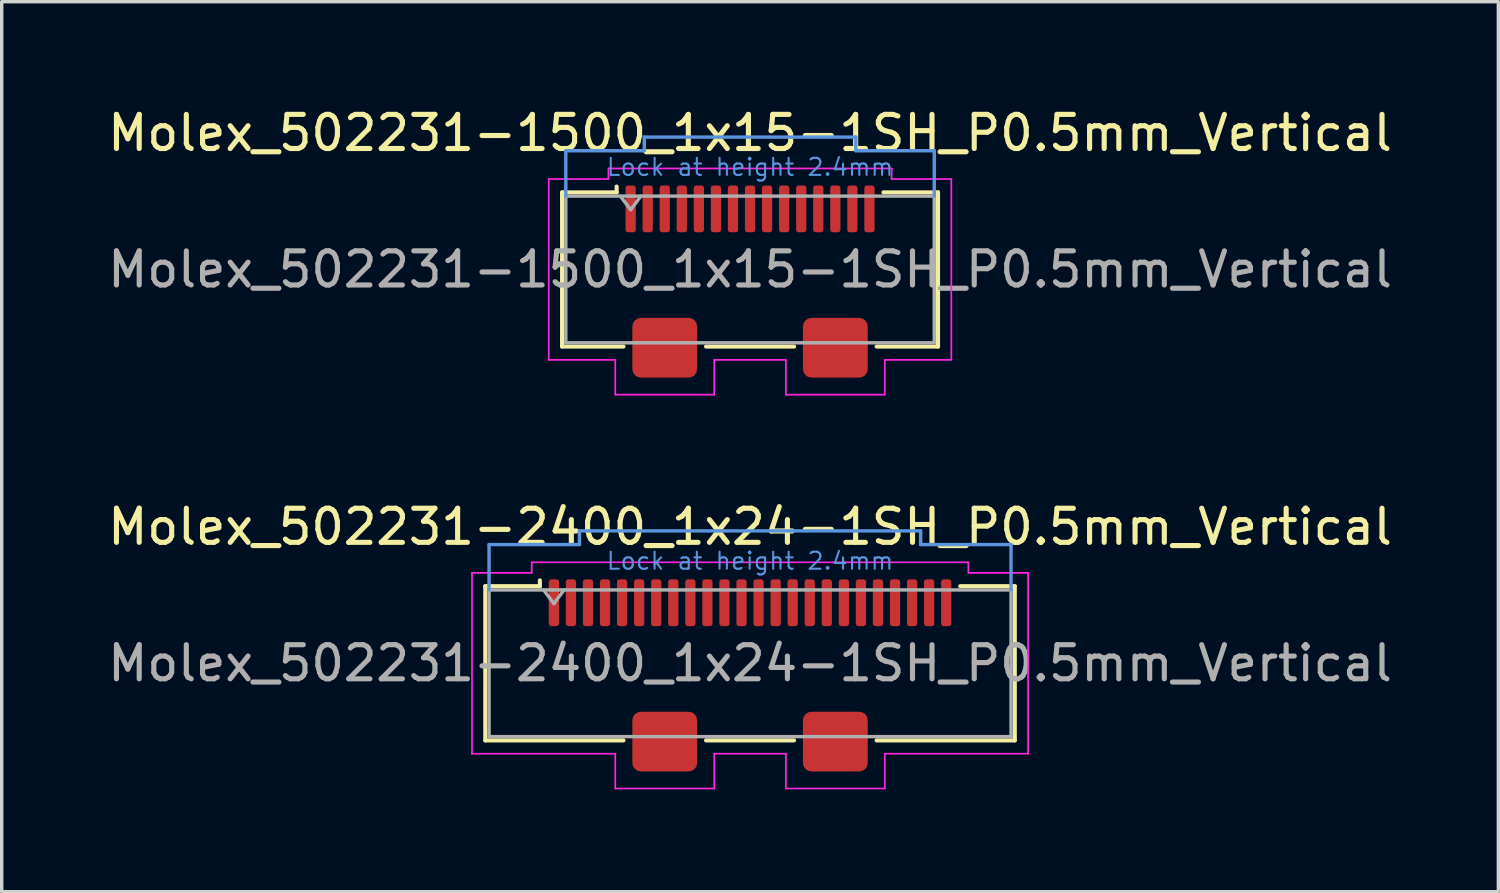
<source format=kicad_pcb>
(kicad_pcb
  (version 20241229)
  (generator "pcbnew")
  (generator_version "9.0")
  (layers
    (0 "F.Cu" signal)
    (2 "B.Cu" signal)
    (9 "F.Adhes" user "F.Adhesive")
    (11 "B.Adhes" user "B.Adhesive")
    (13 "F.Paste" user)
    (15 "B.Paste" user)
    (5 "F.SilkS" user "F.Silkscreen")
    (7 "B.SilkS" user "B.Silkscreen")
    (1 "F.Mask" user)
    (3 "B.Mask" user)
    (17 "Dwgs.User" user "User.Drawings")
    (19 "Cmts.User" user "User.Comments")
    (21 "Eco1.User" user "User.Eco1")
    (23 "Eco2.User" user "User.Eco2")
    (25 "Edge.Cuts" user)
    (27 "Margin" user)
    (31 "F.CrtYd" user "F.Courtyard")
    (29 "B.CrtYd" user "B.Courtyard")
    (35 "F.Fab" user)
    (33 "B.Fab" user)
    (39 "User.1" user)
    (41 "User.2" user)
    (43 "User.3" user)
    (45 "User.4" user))
  (footprint "Molex_502231-1500_1x15-1SH_P0.5mm_Vertical"
    (layer "F.Cu")
    (at 18.935 4.118)
    (property "Reference" "Molex_502231-1500_1x15-1SH_P0.5mm_Vertical" (at 0 -3.27 0) (layer "F.SilkS") (effects (font (size 1 1) (thickness 0.15))))
    (attr smd)
    (fp_line (start -5.51 2.99) (end -5.51 -1.53) (stroke (width 0.12) (type solid)) (layer "F.SilkS"))
    (fp_line (start -3.91 -1.53) (end -5.51 -1.53) (stroke (width 0.12) (type solid)) (layer "F.SilkS"))
    (fp_line (start -3.91 -1.53) (end -3.91 -1.7) (stroke (width 0.12) (type solid)) (layer "F.SilkS"))
    (fp_line (start -3.71 2.99) (end -5.51 2.99) (stroke (width 0.12) (type solid)) (layer "F.SilkS"))
    (fp_line (start -1.29 2.99) (end 1.29 2.99) (stroke (width 0.12) (type solid)) (layer "F.SilkS"))
    (fp_line (start 3.71 2.99) (end 5.51 2.99) (stroke (width 0.12) (type solid)) (layer "F.SilkS"))
    (fp_line (start 3.91 -1.53) (end 5.51 -1.53) (stroke (width 0.12) (type solid)) (layer "F.SilkS"))
    (fp_line (start 5.51 2.99) (end 5.51 -1.53) (stroke (width 0.12) (type solid)) (layer "F.SilkS"))
    (fp_line (start -5.4 -2.75) (end -5.4 -1.42) (stroke (width 0.1) (type solid)) (layer "Cmts.User"))
    (fp_line (start -3.1 -3.15) (end -3.1 -2.75) (stroke (width 0.1) (type solid)) (layer "Cmts.User"))
    (fp_line (start -3.1 -3.15) (end 3.1 -3.15) (stroke (width 0.1) (type solid)) (layer "Cmts.User"))
    (fp_line (start -3.1 -2.75) (end -5.4 -2.75) (stroke (width 0.1) (type solid)) (layer "Cmts.User"))
    (fp_line (start 3.1 -3.15) (end 3.1 -2.75) (stroke (width 0.1) (type solid)) (layer "Cmts.User"))
    (fp_line (start 3.1 -2.75) (end 5.4 -2.75) (stroke (width 0.1) (type solid)) (layer "Cmts.User"))
    (fp_line (start 5.4 -2.75) (end 5.4 -1.42) (stroke (width 0.1) (type solid)) (layer "Cmts.User"))
    (fp_line (start -5.9 -1.92) (end -4.15 -1.92) (stroke (width 0.05) (type solid)) (layer "F.CrtYd"))
    (fp_line (start -5.9 3.38) (end -5.9 -1.92) (stroke (width 0.05) (type solid)) (layer "F.CrtYd"))
    (fp_line (start -4.15 -1.92) (end -4.15 -2.23) (stroke (width 0.05) (type solid)) (layer "F.CrtYd"))
    (fp_line (start -3.95 3.38) (end -5.9 3.38) (stroke (width 0.05) (type solid)) (layer "F.CrtYd"))
    (fp_line (start -3.95 3.38) (end -3.95 4.4) (stroke (width 0.05) (type solid)) (layer "F.CrtYd"))
    (fp_line (start -1.05 3.38) (end -1.05 4.4) (stroke (width 0.05) (type solid)) (layer "F.CrtYd"))
    (fp_line (start -1.05 4.4) (end -3.95 4.4) (stroke (width 0.05) (type solid)) (layer "F.CrtYd"))
    (fp_line (start 1.05 3.38) (end -1.05 3.38) (stroke (width 0.05) (type solid)) (layer "F.CrtYd"))
    (fp_line (start 1.05 3.38) (end 1.05 4.4) (stroke (width 0.05) (type solid)) (layer "F.CrtYd"))
    (fp_line (start 1.05 4.4) (end 3.95 4.4) (stroke (width 0.05) (type solid)) (layer "F.CrtYd"))
    (fp_line (start 3.95 3.38) (end 3.95 4.4) (stroke (width 0.05) (type solid)) (layer "F.CrtYd"))
    (fp_line (start 3.95 3.38) (end 5.9 3.38) (stroke (width 0.05) (type solid)) (layer "F.CrtYd"))
    (fp_line (start 4.15 -2.23) (end -4.15 -2.23) (stroke (width 0.05) (type solid)) (layer "F.CrtYd"))
    (fp_line (start 4.15 -1.92) (end 4.15 -2.23) (stroke (width 0.05) (type solid)) (layer "F.CrtYd"))
    (fp_line (start 5.9 -1.92) (end 4.15 -1.92) (stroke (width 0.05) (type solid)) (layer "F.CrtYd"))
    (fp_line (start 5.9 3.38) (end 5.9 -1.92) (stroke (width 0.05) (type solid)) (layer "F.CrtYd"))
    (fp_line (start -5.4 -1.42) (end -5.4 2.88) (stroke (width 0.1) (type solid)) (layer "F.Fab"))
    (fp_line (start -5.4 -1.42) (end 5.4 -1.42) (stroke (width 0.1) (type solid)) (layer "F.Fab"))
    (fp_line (start -5.4 2.88) (end 5.4 2.88) (stroke (width 0.1) (type solid)) (layer "F.Fab"))
    (fp_line (start -3.8 -1.42) (end -3.5 -1.02) (stroke (width 0.1) (type solid)) (layer "F.Fab"))
    (fp_line (start -3.5 -1.02) (end -3.2 -1.42) (stroke (width 0.1) (type solid)) (layer "F.Fab"))
    (fp_line (start 5.4 -1.42) (end 5.4 2.88) (stroke (width 0.1) (type solid)) (layer "F.Fab"))
    (fp_text user "Lock at height 2.4mm" (at 0 -2.27 0) (layer "Cmts.User") (effects (font (size 0.5 0.5) (thickness 0.06))))
    (fp_text user "${REFERENCE}" (at 0 0.73 0) (layer "F.Fab") (effects (font (size 1 1) (thickness 0.15))))
    (pad "1" smd roundrect (at -3.5 -1.045) (size 0.3 1.37) (layers "F.Cu" "F.Mask" "F.Paste") (roundrect_rratio 0.25))
    (pad "2" smd roundrect (at -3 -1.045) (size 0.3 1.37) (layers "F.Cu" "F.Mask" "F.Paste") (roundrect_rratio 0.25))
    (pad "3" smd roundrect (at -2.5 -1.045) (size 0.3 1.37) (layers "F.Cu" "F.Mask" "F.Paste") (roundrect_rratio 0.25))
    (pad "4" smd roundrect (at -2 -1.045) (size 0.3 1.37) (layers "F.Cu" "F.Mask" "F.Paste") (roundrect_rratio 0.25))
    (pad "5" smd roundrect (at -1.5 -1.045) (size 0.3 1.37) (layers "F.Cu" "F.Mask" "F.Paste") (roundrect_rratio 0.25))
    (pad "6" smd roundrect (at -1 -1.045) (size 0.3 1.37) (layers "F.Cu" "F.Mask" "F.Paste") (roundrect_rratio 0.25))
    (pad "7" smd roundrect (at -0.5 -1.045) (size 0.3 1.37) (layers "F.Cu" "F.Mask" "F.Paste") (roundrect_rratio 0.25))
    (pad "8" smd roundrect (at 0 -1.045) (size 0.3 1.37) (layers "F.Cu" "F.Mask" "F.Paste") (roundrect_rratio 0.25))
    (pad "9" smd roundrect (at 0.5 -1.045) (size 0.3 1.37) (layers "F.Cu" "F.Mask" "F.Paste") (roundrect_rratio 0.25))
    (pad "10" smd roundrect (at 1 -1.045) (size 0.3 1.37) (layers "F.Cu" "F.Mask" "F.Paste") (roundrect_rratio 0.25))
    (pad "11" smd roundrect (at 1.5 -1.045) (size 0.3 1.37) (layers "F.Cu" "F.Mask" "F.Paste") (roundrect_rratio 0.25))
    (pad "12" smd roundrect (at 2 -1.045) (size 0.3 1.37) (layers "F.Cu" "F.Mask" "F.Paste") (roundrect_rratio 0.25))
    (pad "13" smd roundrect (at 2.5 -1.045) (size 0.3 1.37) (layers "F.Cu" "F.Mask" "F.Paste") (roundrect_rratio 0.25))
    (pad "14" smd roundrect (at 3 -1.045) (size 0.3 1.37) (layers "F.Cu" "F.Mask" "F.Paste") (roundrect_rratio 0.25))
    (pad "15" smd roundrect (at 3.5 -1.045) (size 0.3 1.37) (layers "F.Cu" "F.Mask" "F.Paste") (roundrect_rratio 0.25))
    (pad "SH" smd roundrect (at -2.5 3.025) (size 1.9 1.75) (layers "F.Cu" "F.Mask" "F.Paste") (roundrect_rratio 0.143))
    (pad "SH" smd roundrect (at 2.5 3.025) (size 1.9 1.75) (layers "F.Cu" "F.Mask" "F.Paste") (roundrect_rratio 0.143)))
  (footprint "Molex_502231-2400_1x24-1SH_P0.5mm_Vertical"
    (layer "F.Cu")
    (at 18.935 15.662)
    (property "Reference" "Molex_502231-2400_1x24-1SH_P0.5mm_Vertical" (at 0 -3.27 0) (layer "F.SilkS") (effects (font (size 1 1) (thickness 0.15))))
    (attr smd)
    (fp_line (start -7.76 2.99) (end -7.76 -1.53) (stroke (width 0.12) (type solid)) (layer "F.SilkS"))
    (fp_line (start -6.16 -1.53) (end -7.76 -1.53) (stroke (width 0.12) (type solid)) (layer "F.SilkS"))
    (fp_line (start -6.16 -1.53) (end -6.16 -1.7) (stroke (width 0.12) (type solid)) (layer "F.SilkS"))
    (fp_line (start -3.71 2.99) (end -7.76 2.99) (stroke (width 0.12) (type solid)) (layer "F.SilkS"))
    (fp_line (start -1.29 2.99) (end 1.29 2.99) (stroke (width 0.12) (type solid)) (layer "F.SilkS"))
    (fp_line (start 3.71 2.99) (end 7.76 2.99) (stroke (width 0.12) (type solid)) (layer "F.SilkS"))
    (fp_line (start 6.16 -1.53) (end 7.76 -1.53) (stroke (width 0.12) (type solid)) (layer "F.SilkS"))
    (fp_line (start 7.76 2.99) (end 7.76 -1.53) (stroke (width 0.12) (type solid)) (layer "F.SilkS"))
    (fp_line (start -7.65 -2.75) (end -7.65 -1.42) (stroke (width 0.1) (type solid)) (layer "Cmts.User"))
    (fp_line (start -5 -3.15) (end -5 -2.75) (stroke (width 0.1) (type solid)) (layer "Cmts.User"))
    (fp_line (start -5 -3.15) (end 5 -3.15) (stroke (width 0.1) (type solid)) (layer "Cmts.User"))
    (fp_line (start -5 -2.75) (end -7.65 -2.75) (stroke (width 0.1) (type solid)) (layer "Cmts.User"))
    (fp_line (start 5 -3.15) (end 5 -2.75) (stroke (width 0.1) (type solid)) (layer "Cmts.User"))
    (fp_line (start 5 -2.75) (end 7.65 -2.75) (stroke (width 0.1) (type solid)) (layer "Cmts.User"))
    (fp_line (start 7.65 -2.75) (end 7.65 -1.42) (stroke (width 0.1) (type solid)) (layer "Cmts.User"))
    (fp_line (start -8.15 -1.92) (end -6.4 -1.92) (stroke (width 0.05) (type solid)) (layer "F.CrtYd"))
    (fp_line (start -8.15 3.38) (end -8.15 -1.92) (stroke (width 0.05) (type solid)) (layer "F.CrtYd"))
    (fp_line (start -6.4 -1.92) (end -6.4 -2.23) (stroke (width 0.05) (type solid)) (layer "F.CrtYd"))
    (fp_line (start -3.95 3.38) (end -8.15 3.38) (stroke (width 0.05) (type solid)) (layer "F.CrtYd"))
    (fp_line (start -3.95 3.38) (end -3.95 4.4) (stroke (width 0.05) (type solid)) (layer "F.CrtYd"))
    (fp_line (start -1.05 3.38) (end -1.05 4.4) (stroke (width 0.05) (type solid)) (layer "F.CrtYd"))
    (fp_line (start -1.05 4.4) (end -3.95 4.4) (stroke (width 0.05) (type solid)) (layer "F.CrtYd"))
    (fp_line (start 1.05 3.38) (end -1.05 3.38) (stroke (width 0.05) (type solid)) (layer "F.CrtYd"))
    (fp_line (start 1.05 3.38) (end 1.05 4.4) (stroke (width 0.05) (type solid)) (layer "F.CrtYd"))
    (fp_line (start 1.05 4.4) (end 3.95 4.4) (stroke (width 0.05) (type solid)) (layer "F.CrtYd"))
    (fp_line (start 3.95 3.38) (end 3.95 4.4) (stroke (width 0.05) (type solid)) (layer "F.CrtYd"))
    (fp_line (start 3.95 3.38) (end 8.15 3.38) (stroke (width 0.05) (type solid)) (layer "F.CrtYd"))
    (fp_line (start 6.4 -2.23) (end -6.4 -2.23) (stroke (width 0.05) (type solid)) (layer "F.CrtYd"))
    (fp_line (start 6.4 -1.92) (end 6.4 -2.23) (stroke (width 0.05) (type solid)) (layer "F.CrtYd"))
    (fp_line (start 8.15 -1.92) (end 6.4 -1.92) (stroke (width 0.05) (type solid)) (layer "F.CrtYd"))
    (fp_line (start 8.15 3.38) (end 8.15 -1.92) (stroke (width 0.05) (type solid)) (layer "F.CrtYd"))
    (fp_line (start -7.65 -1.42) (end -7.65 2.88) (stroke (width 0.1) (type solid)) (layer "F.Fab"))
    (fp_line (start -7.65 -1.42) (end 7.65 -1.42) (stroke (width 0.1) (type solid)) (layer "F.Fab"))
    (fp_line (start -7.65 2.88) (end 7.65 2.88) (stroke (width 0.1) (type solid)) (layer "F.Fab"))
    (fp_line (start -6.05 -1.42) (end -5.75 -1.02) (stroke (width 0.1) (type solid)) (layer "F.Fab"))
    (fp_line (start -5.75 -1.02) (end -5.45 -1.42) (stroke (width 0.1) (type solid)) (layer "F.Fab"))
    (fp_line (start 7.65 -1.42) (end 7.65 2.88) (stroke (width 0.1) (type solid)) (layer "F.Fab"))
    (fp_text user "Lock at height 2.4mm" (at 0 -2.27 0) (layer "Cmts.User") (effects (font (size 0.5 0.5) (thickness 0.06))))
    (fp_text user "${REFERENCE}" (at 0 0.73 0) (layer "F.Fab") (effects (font (size 1 1) (thickness 0.15))))
    (pad "1" smd roundrect (at -5.75 -1.045) (size 0.3 1.37) (layers "F.Cu" "F.Mask" "F.Paste") (roundrect_rratio 0.25))
    (pad "2" smd roundrect (at -5.25 -1.045) (size 0.3 1.37) (layers "F.Cu" "F.Mask" "F.Paste") (roundrect_rratio 0.25))
    (pad "3" smd roundrect (at -4.75 -1.045) (size 0.3 1.37) (layers "F.Cu" "F.Mask" "F.Paste") (roundrect_rratio 0.25))
    (pad "4" smd roundrect (at -4.25 -1.045) (size 0.3 1.37) (layers "F.Cu" "F.Mask" "F.Paste") (roundrect_rratio 0.25))
    (pad "5" smd roundrect (at -3.75 -1.045) (size 0.3 1.37) (layers "F.Cu" "F.Mask" "F.Paste") (roundrect_rratio 0.25))
    (pad "6" smd roundrect (at -3.25 -1.045) (size 0.3 1.37) (layers "F.Cu" "F.Mask" "F.Paste") (roundrect_rratio 0.25))
    (pad "7" smd roundrect (at -2.75 -1.045) (size 0.3 1.37) (layers "F.Cu" "F.Mask" "F.Paste") (roundrect_rratio 0.25))
    (pad "8" smd roundrect (at -2.25 -1.045) (size 0.3 1.37) (layers "F.Cu" "F.Mask" "F.Paste") (roundrect_rratio 0.25))
    (pad "9" smd roundrect (at -1.75 -1.045) (size 0.3 1.37) (layers "F.Cu" "F.Mask" "F.Paste") (roundrect_rratio 0.25))
    (pad "10" smd roundrect (at -1.25 -1.045) (size 0.3 1.37) (layers "F.Cu" "F.Mask" "F.Paste") (roundrect_rratio 0.25))
    (pad "11" smd roundrect (at -0.75 -1.045) (size 0.3 1.37) (layers "F.Cu" "F.Mask" "F.Paste") (roundrect_rratio 0.25))
    (pad "12" smd roundrect (at -0.25 -1.045) (size 0.3 1.37) (layers "F.Cu" "F.Mask" "F.Paste") (roundrect_rratio 0.25))
    (pad "13" smd roundrect (at 0.25 -1.045) (size 0.3 1.37) (layers "F.Cu" "F.Mask" "F.Paste") (roundrect_rratio 0.25))
    (pad "14" smd roundrect (at 0.75 -1.045) (size 0.3 1.37) (layers "F.Cu" "F.Mask" "F.Paste") (roundrect_rratio 0.25))
    (pad "15" smd roundrect (at 1.25 -1.045) (size 0.3 1.37) (layers "F.Cu" "F.Mask" "F.Paste") (roundrect_rratio 0.25))
    (pad "16" smd roundrect (at 1.75 -1.045) (size 0.3 1.37) (layers "F.Cu" "F.Mask" "F.Paste") (roundrect_rratio 0.25))
    (pad "17" smd roundrect (at 2.25 -1.045) (size 0.3 1.37) (layers "F.Cu" "F.Mask" "F.Paste") (roundrect_rratio 0.25))
    (pad "18" smd roundrect (at 2.75 -1.045) (size 0.3 1.37) (layers "F.Cu" "F.Mask" "F.Paste") (roundrect_rratio 0.25))
    (pad "19" smd roundrect (at 3.25 -1.045) (size 0.3 1.37) (layers "F.Cu" "F.Mask" "F.Paste") (roundrect_rratio 0.25))
    (pad "20" smd roundrect (at 3.75 -1.045) (size 0.3 1.37) (layers "F.Cu" "F.Mask" "F.Paste") (roundrect_rratio 0.25))
    (pad "21" smd roundrect (at 4.25 -1.045) (size 0.3 1.37) (layers "F.Cu" "F.Mask" "F.Paste") (roundrect_rratio 0.25))
    (pad "22" smd roundrect (at 4.75 -1.045) (size 0.3 1.37) (layers "F.Cu" "F.Mask" "F.Paste") (roundrect_rratio 0.25))
    (pad "23" smd roundrect (at 5.25 -1.045) (size 0.3 1.37) (layers "F.Cu" "F.Mask" "F.Paste") (roundrect_rratio 0.25))
    (pad "24" smd roundrect (at 5.75 -1.045) (size 0.3 1.37) (layers "F.Cu" "F.Mask" "F.Paste") (roundrect_rratio 0.25))
    (pad "SH" smd roundrect (at -2.5 3.025) (size 1.9 1.75) (layers "F.Cu" "F.Mask" "F.Paste") (roundrect_rratio 0.143))
    (pad "SH" smd roundrect (at 2.5 3.025) (size 1.9 1.75) (layers "F.Cu" "F.Mask" "F.Paste") (roundrect_rratio 0.143)))
  (gr_rect
    (start -3 -3)
    (end 40.869 23.087)
    (stroke (width 0.1) (type default))
    (fill no)
    (layer "Edge.Cuts")))
</source>
